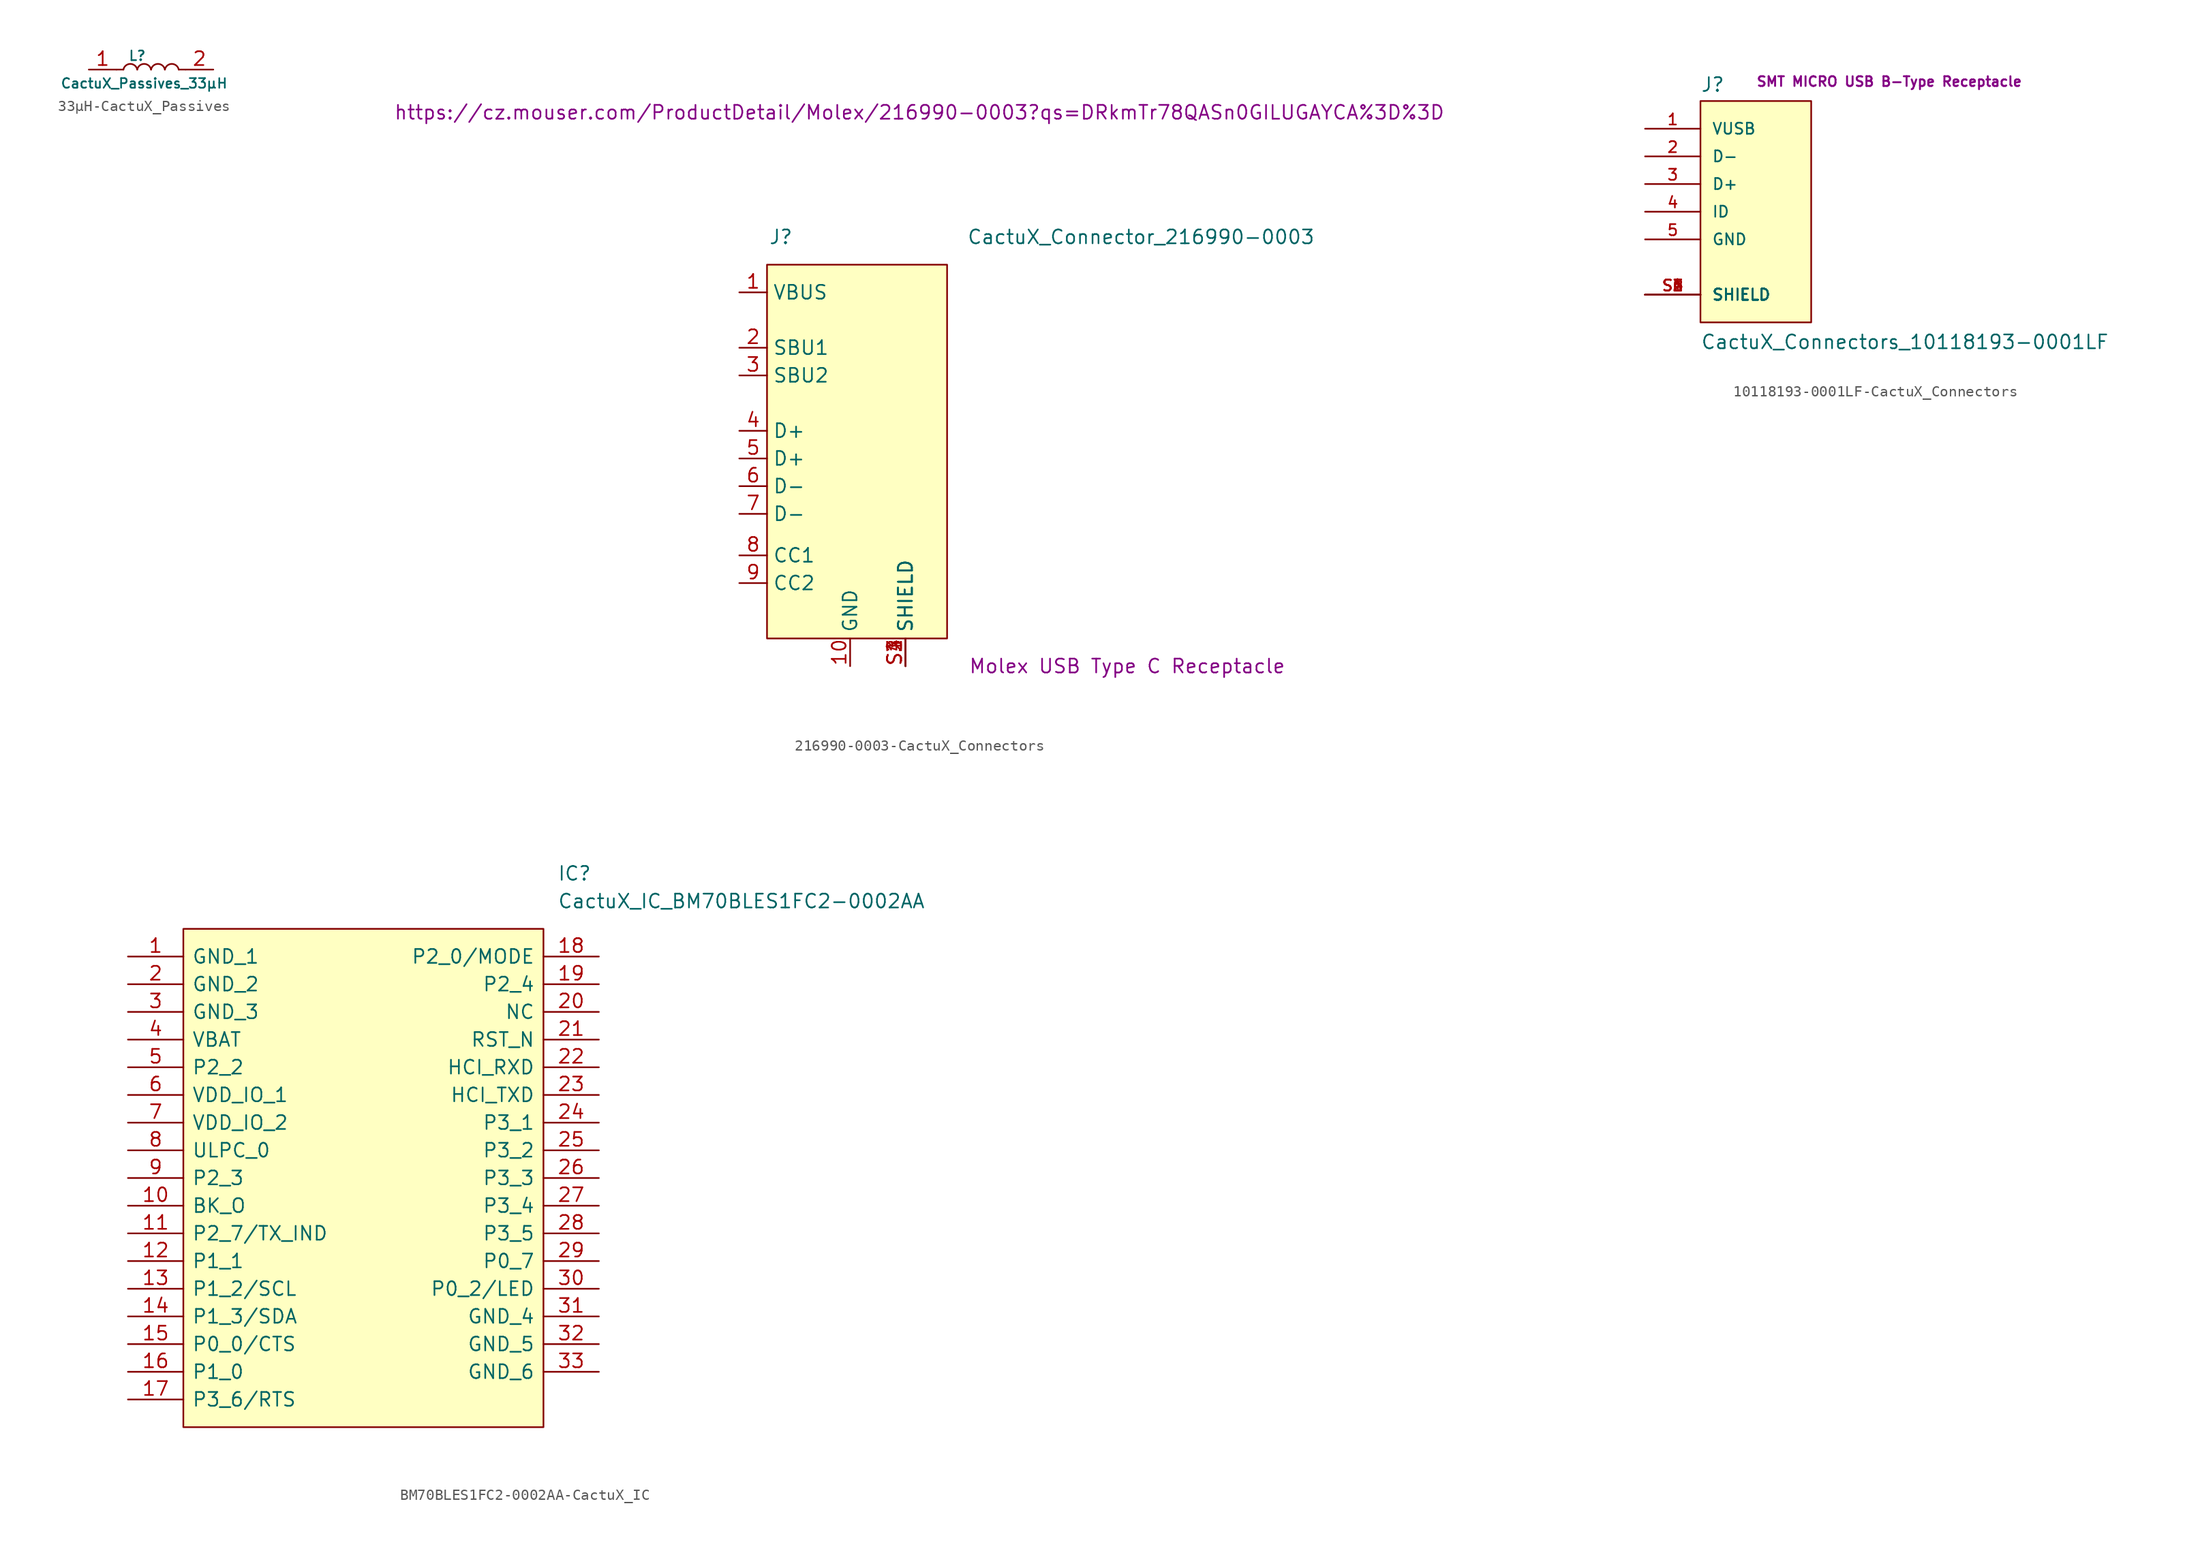
<source format=kicad_sym>
(kicad_symbol_lib
  (version 20220914)
  (generator kicad_symbol_editor)
  (symbol "33μH-CactuX_Passives"
    (pin_names
      (offset 1.016))
    (property "Reference" "L"
      (at -0.635 -1.27 0)
      (effects (font (size 0.889 0.889))))
    (property "Value" "CactuX_Passives_33μH"
      (at 0 -3.81 0)
      (effects (font (size 0.889 0.889))))
    (symbol "33μH-CactuX_Passives_0_1"
      (rectangle (start -2.54 -2.54) (end -1.905 -2.54) (stroke (width 0) (type solid)) (fill (type none)))
      (arc (start -0.635 -2.54) (mid -1.27 -2.0194) (end -1.905 -2.54) (stroke (width 0) (type solid)) (fill (type none)))
      (rectangle (start 3.785 -2.54) (end 3.175 -2.54) (stroke (width 0) (type solid)) (fill (type none))))
    (symbol "33μH-CactuX_Passives_1_1"
      (arc (start 0.635 -2.54) (mid 0 -2.0194) (end -0.635 -2.54) (stroke (width 0) (type solid)) (fill (type none)))
      (arc (start 1.905 -2.54) (mid 1.27 -2.0194) (end 0.635 -2.54) (stroke (width 0) (type solid)) (fill (type none)))
      (arc (start 3.175 -2.54) (mid 2.54 -2.0194) (end 1.905 -2.54) (stroke (width 0) (type solid)) (fill (type none)))
      (pin passive line (at -5.08 -2.54 0) (length 2.54) (name "~" (effects (font (size 1.27 1.27)))) (number "1" (effects (font (size 1.27 1.27)))))
      (pin passive line (at 6.35 -2.54 180) (length 2.54) (name "~" (effects (font (size 1.27 1.27)))) (number "2" (effects (font (size 1.27 1.27)))))))
  (symbol "216990-0003-CactuX_Connectors"
    (property "Reference" "J"
      (at -10.16 12.7 0)
      (effects (font (size 1.27 1.27))))
    (property "Value" "CactuX_Connector_216990-0003"
      (at 22.86 12.7 0)
      (effects (font (size 1.27 1.27))))
    (property "Description" "Molex USB Type C Receptacle"
      (at 21.59 -26.67 0)
      (effects (font (size 1.27 1.27))))
    (property "Mouser" "https://cz.mouser.com/ProductDetail/Molex/216990-0003?qs=DRkmTr78QASn0GILUGAYCA%3D%3D"
      (at 2.54 24.13 0)
      (effects (font (size 1.27 1.27))))
    (symbol "216990-0003-CactuX_Connectors_1_1"
      (rectangle (start -11.43 10.16) (end 5.08 -24.13) (stroke (width 0) (type default)) (fill (type background)))
      (pin passive line (at -13.97 7.62 0) (length 2.54) (name "VBUS" (effects (font (size 1.27 1.27)))) (number "1" (effects (font (size 1.27 1.27)))))
      (pin passive line (at -3.81 -26.67 90) (length 2.54) (name "GND" (effects (font (size 1.27 1.27)))) (number "10" (effects (font (size 1.27 1.27)))))
      (pin bidirectional line (at -13.97 2.54 0) (length 2.54) (name "SBU1" (effects (font (size 1.27 1.27)))) (number "2" (effects (font (size 1.27 1.27)))))
      (pin bidirectional line (at -13.97 0 0) (length 2.54) (name "SBU2" (effects (font (size 1.27 1.27)))) (number "3" (effects (font (size 1.27 1.27)))))
      (pin bidirectional line (at -13.97 -5.08 0) (length 2.54) (name "D+" (effects (font (size 1.27 1.27)))) (number "4" (effects (font (size 1.27 1.27)))))
      (pin bidirectional line (at -13.97 -7.62 0) (length 2.54) (name "D+" (effects (font (size 1.27 1.27)))) (number "5" (effects (font (size 1.27 1.27)))))
      (pin bidirectional line (at -13.97 -10.16 0) (length 2.54) (name "D-" (effects (font (size 1.27 1.27)))) (number "6" (effects (font (size 1.27 1.27)))))
      (pin bidirectional line (at -13.97 -12.7 0) (length 2.54) (name "D-" (effects (font (size 1.27 1.27)))) (number "7" (effects (font (size 1.27 1.27)))))
      (pin bidirectional line (at -13.97 -16.51 0) (length 2.54) (name "CC1" (effects (font (size 1.27 1.27)))) (number "8" (effects (font (size 1.27 1.27)))))
      (pin bidirectional line (at -13.97 -19.05 0) (length 2.54) (name "CC2" (effects (font (size 1.27 1.27)))) (number "9" (effects (font (size 1.27 1.27)))))
      (pin passive line (at 1.27 -26.67 90) (length 2.54) (name "SHIELD" (effects (font (size 1.27 1.27)))) (number "S1" (effects (font (size 1.27 1.27)))))
      (pin passive line (at 1.27 -26.67 90) (length 2.54) (name "SHIELD" (effects (font (size 1.27 1.27)))) (number "S2" (effects (font (size 1.27 1.27)))))
      (pin passive line (at 1.27 -26.67 90) (length 2.54) (name "SHIELD" (effects (font (size 1.27 1.27)))) (number "S3" (effects (font (size 1.27 1.27)))))
      (pin passive line (at 1.27 -26.67 90) (length 2.54) (name "SHIELD" (effects (font (size 1.27 1.27)))) (number "S4" (effects (font (size 1.27 1.27)))))))
  (symbol "10118193-0001LF-CactuX_Connectors"
    (pin_names
      (offset 1.016))
    (property "Reference" "J"
      (at -5.08 10.922 0)
      (effects (font (size 1.27 1.27)) (justify left bottom)))
    (property "Value" "CactuX_Connectors_10118193-0001LF"
      (at -5.08 -12.7 0)
      (effects (font (size 1.27 1.27)) (justify left bottom)))
    (property "Description" "SMT MICRO USB B-Type Receptacle"
      (at 0 11.43 0)
      (effects (font (size 0.889 0.889) bold) (justify left bottom)))
    (symbol "10118193-0001LF-CactuX_Connectors_0_0"
      (pin passive line (at -10.16 7.62 0) (length 5.08) (name "VUSB" (effects (font (size 1.016 1.016)))) (number "1" (effects (font (size 1.016 1.016)))))
      (pin passive line (at -10.16 5.08 0) (length 5.08) (name "D-" (effects (font (size 1.016 1.016)))) (number "2" (effects (font (size 1.016 1.016)))))
      (pin passive line (at -10.16 2.54 0) (length 5.08) (name "D+" (effects (font (size 1.016 1.016)))) (number "3" (effects (font (size 1.016 1.016)))))
      (pin passive line (at -10.16 0 0) (length 5.08) (name "ID" (effects (font (size 1.016 1.016)))) (number "4" (effects (font (size 1.016 1.016)))))
      (pin passive line (at -10.16 -2.54 0) (length 5.08) (name "GND" (effects (font (size 1.016 1.016)))) (number "5" (effects (font (size 1.016 1.016)))))
      (pin passive line (at -10.16 -7.62 0) (length 5.08) (name "SHIELD" (effects (font (size 1.016 1.016)))) (number "S1" (effects (font (size 1.016 1.016)))))
      (pin passive line (at -10.16 -7.62 0) (length 5.08) (name "SHIELD" (effects (font (size 1.016 1.016)))) (number "S2" (effects (font (size 1.016 1.016)))))
      (pin passive line (at -10.16 -7.62 0) (length 5.08) (name "SHIELD" (effects (font (size 1.016 1.016)))) (number "S3" (effects (font (size 1.016 1.016)))))
      (pin passive line (at -10.16 -7.62 0) (length 5.08) (name "SHIELD" (effects (font (size 1.016 1.016)))) (number "S4" (effects (font (size 1.016 1.016)))))
      (pin passive line (at -10.16 -7.62 0) (length 5.08) (name "SHIELD" (effects (font (size 1.016 1.016)))) (number "S5" (effects (font (size 1.016 1.016)))))
      (pin passive line (at -10.16 -7.62 0) (length 5.08) (name "SHIELD" (effects (font (size 1.016 1.016)))) (number "S6" (effects (font (size 1.016 1.016))))))
    (symbol "10118193-0001LF-CactuX_Connectors_1_0"
      (rectangle (start -5.08 10.16) (end 5.08 -10.16) (stroke (width 0.152) (type solid)) (fill (type background)))))
  (symbol "BM70BLES1FC2-0002AA-CactuX_IC"
    (pin_names
      (offset 0.762))
    (property "Reference" "IC"
      (at 39.37 7.62 0)
      (effects (font (size 1.27 1.27)) (justify left)))
    (property "Value" "CactuX_IC_BM70BLES1FC2-0002AA"
      (at 39.37 5.08 0)
      (effects (font (size 1.27 1.27)) (justify left)))
    (symbol "BM70BLES1FC2-0002AA-CactuX_IC_0_0"
      (pin passive line (at 0 0 0) (length 5.08) (name "GND_1" (effects (font (size 1.27 1.27)))) (number "1" (effects (font (size 1.27 1.27)))))
      (pin passive line (at 0 -22.86 0) (length 5.08) (name "BK_O" (effects (font (size 1.27 1.27)))) (number "10" (effects (font (size 1.27 1.27)))))
      (pin passive line (at 0 -25.4 0) (length 5.08) (name "P2_7/TX_IND" (effects (font (size 1.27 1.27)))) (number "11" (effects (font (size 1.27 1.27)))))
      (pin passive line (at 0 -27.94 0) (length 5.08) (name "P1_1" (effects (font (size 1.27 1.27)))) (number "12" (effects (font (size 1.27 1.27)))))
      (pin passive line (at 0 -30.48 0) (length 5.08) (name "P1_2/SCL" (effects (font (size 1.27 1.27)))) (number "13" (effects (font (size 1.27 1.27)))))
      (pin passive line (at 0 -33.02 0) (length 5.08) (name "P1_3/SDA" (effects (font (size 1.27 1.27)))) (number "14" (effects (font (size 1.27 1.27)))))
      (pin passive line (at 0 -35.56 0) (length 5.08) (name "P0_0/CTS" (effects (font (size 1.27 1.27)))) (number "15" (effects (font (size 1.27 1.27)))))
      (pin passive line (at 0 -38.1 0) (length 5.08) (name "P1_0" (effects (font (size 1.27 1.27)))) (number "16" (effects (font (size 1.27 1.27)))))
      (pin passive line (at 0 -40.64 0) (length 5.08) (name "P3_6/RTS" (effects (font (size 1.27 1.27)))) (number "17" (effects (font (size 1.27 1.27)))))
      (pin passive line (at 43.18 0 180) (length 5.08) (name "P2_0/MODE" (effects (font (size 1.27 1.27)))) (number "18" (effects (font (size 1.27 1.27)))))
      (pin passive line (at 43.18 -2.54 180) (length 5.08) (name "P2_4" (effects (font (size 1.27 1.27)))) (number "19" (effects (font (size 1.27 1.27)))))
      (pin passive line (at 0 -2.54 0) (length 5.08) (name "GND_2" (effects (font (size 1.27 1.27)))) (number "2" (effects (font (size 1.27 1.27)))))
      (pin passive line (at 43.18 -7.62 180) (length 5.08) (name "RST_N" (effects (font (size 1.27 1.27)))) (number "21" (effects (font (size 1.27 1.27)))))
      (pin passive line (at 43.18 -10.16 180) (length 5.08) (name "HCI_RXD" (effects (font (size 1.27 1.27)))) (number "22" (effects (font (size 1.27 1.27)))))
      (pin passive line (at 43.18 -12.7 180) (length 5.08) (name "HCI_TXD" (effects (font (size 1.27 1.27)))) (number "23" (effects (font (size 1.27 1.27)))))
      (pin passive line (at 43.18 -15.24 180) (length 5.08) (name "P3_1" (effects (font (size 1.27 1.27)))) (number "24" (effects (font (size 1.27 1.27)))))
      (pin passive line (at 43.18 -17.78 180) (length 5.08) (name "P3_2" (effects (font (size 1.27 1.27)))) (number "25" (effects (font (size 1.27 1.27)))))
      (pin passive line (at 43.18 -20.32 180) (length 5.08) (name "P3_3" (effects (font (size 1.27 1.27)))) (number "26" (effects (font (size 1.27 1.27)))))
      (pin passive line (at 43.18 -22.86 180) (length 5.08) (name "P3_4" (effects (font (size 1.27 1.27)))) (number "27" (effects (font (size 1.27 1.27)))))
      (pin passive line (at 43.18 -25.4 180) (length 5.08) (name "P3_5" (effects (font (size 1.27 1.27)))) (number "28" (effects (font (size 1.27 1.27)))))
      (pin passive line (at 43.18 -27.94 180) (length 5.08) (name "P0_7" (effects (font (size 1.27 1.27)))) (number "29" (effects (font (size 1.27 1.27)))))
      (pin passive line (at 0 -5.08 0) (length 5.08) (name "GND_3" (effects (font (size 1.27 1.27)))) (number "3" (effects (font (size 1.27 1.27)))))
      (pin passive line (at 43.18 -30.48 180) (length 5.08) (name "P0_2/LED" (effects (font (size 1.27 1.27)))) (number "30" (effects (font (size 1.27 1.27)))))
      (pin passive line (at 43.18 -33.02 180) (length 5.08) (name "GND_4" (effects (font (size 1.27 1.27)))) (number "31" (effects (font (size 1.27 1.27)))))
      (pin passive line (at 43.18 -35.56 180) (length 5.08) (name "GND_5" (effects (font (size 1.27 1.27)))) (number "32" (effects (font (size 1.27 1.27)))))
      (pin passive line (at 43.18 -38.1 180) (length 5.08) (name "GND_6" (effects (font (size 1.27 1.27)))) (number "33" (effects (font (size 1.27 1.27)))))
      (pin passive line (at 0 -7.62 0) (length 5.08) (name "VBAT" (effects (font (size 1.27 1.27)))) (number "4" (effects (font (size 1.27 1.27)))))
      (pin passive line (at 0 -10.16 0) (length 5.08) (name "P2_2" (effects (font (size 1.27 1.27)))) (number "5" (effects (font (size 1.27 1.27)))))
      (pin passive line (at 0 -12.7 0) (length 5.08) (name "VDD_IO_1" (effects (font (size 1.27 1.27)))) (number "6" (effects (font (size 1.27 1.27)))))
      (pin passive line (at 0 -15.24 0) (length 5.08) (name "VDD_IO_2" (effects (font (size 1.27 1.27)))) (number "7" (effects (font (size 1.27 1.27)))))
      (pin passive line (at 0 -17.78 0) (length 5.08) (name "ULPC_0" (effects (font (size 1.27 1.27)))) (number "8" (effects (font (size 1.27 1.27)))))
      (pin passive line (at 0 -20.32 0) (length 5.08) (name "P2_3" (effects (font (size 1.27 1.27)))) (number "9" (effects (font (size 1.27 1.27))))))
    (symbol "BM70BLES1FC2-0002AA-CactuX_IC_1_0"
      (pin passive line (at 43.18 -5.08 180) (length 5.08) (name "NC" (effects (font (size 1.27 1.27)))) (number "20" (effects (font (size 1.27 1.27))))))
    (symbol "BM70BLES1FC2-0002AA-CactuX_IC_1_1"
      (polyline (pts (xy 5.08 2.54) (xy 38.1 2.54) (xy 38.1 -43.18) (xy 5.08 -43.18) (xy 5.08 2.54)) (stroke (width 0.152) (type solid)) (fill (type background))))))
</source>
